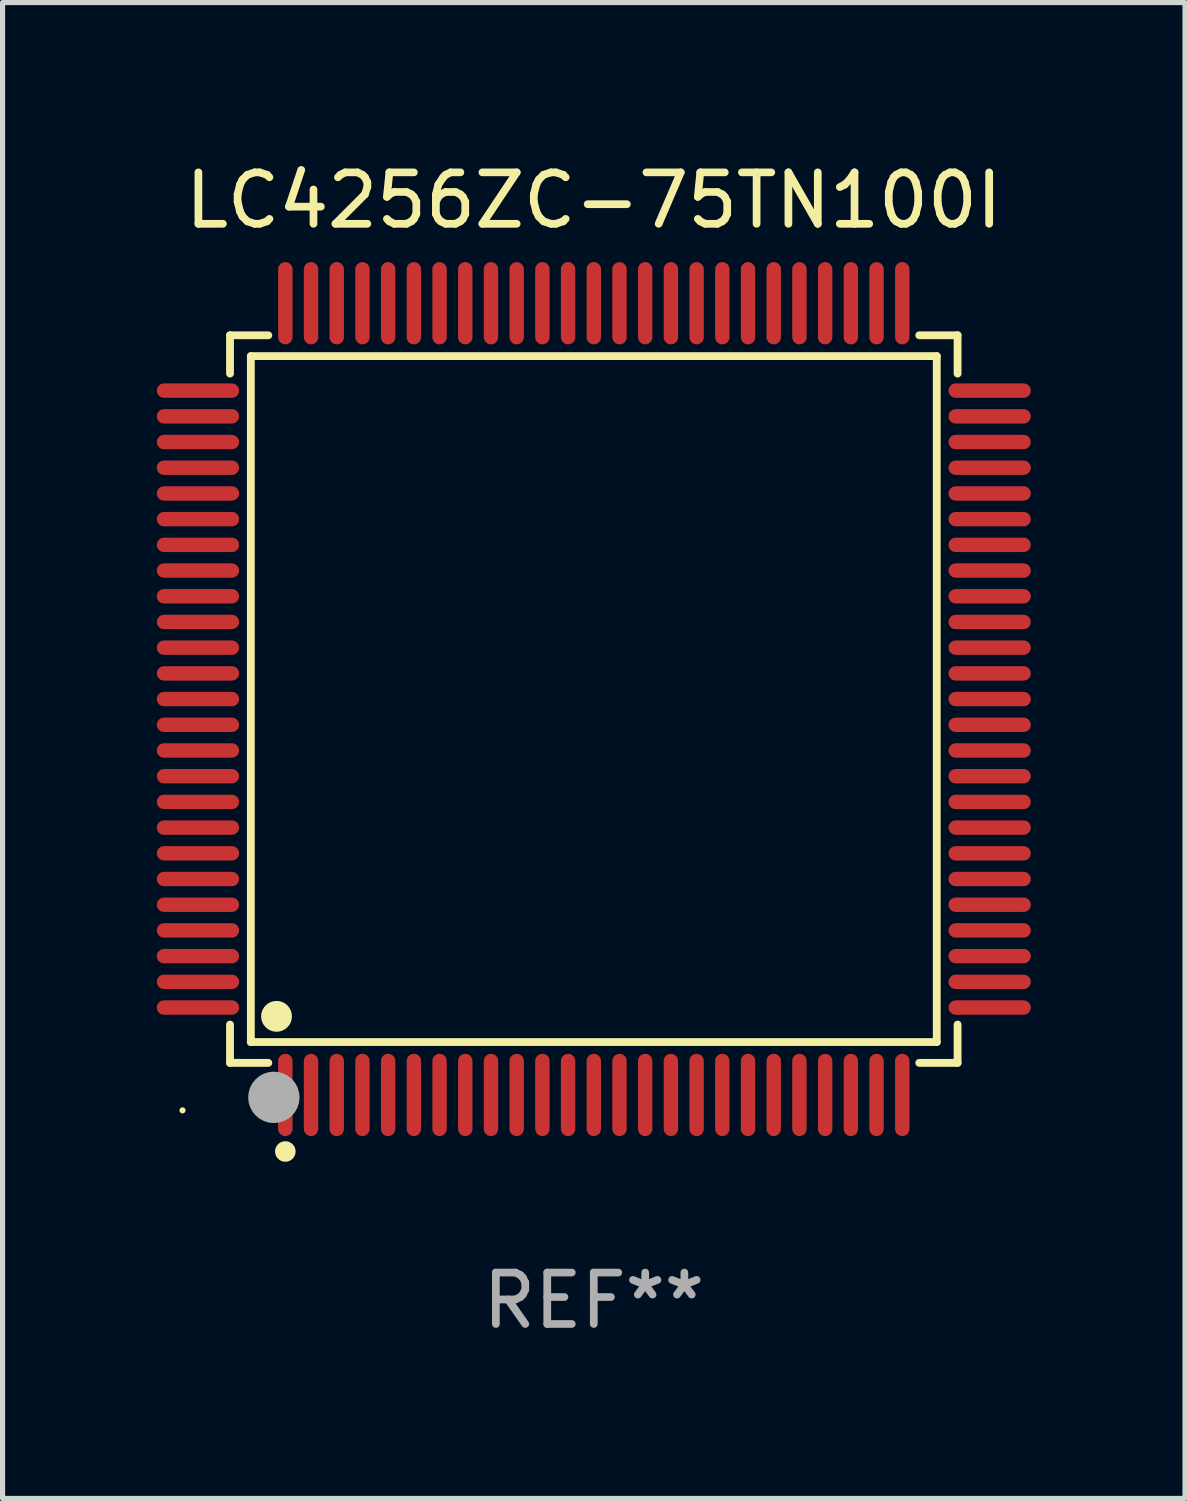
<source format=kicad_pcb>
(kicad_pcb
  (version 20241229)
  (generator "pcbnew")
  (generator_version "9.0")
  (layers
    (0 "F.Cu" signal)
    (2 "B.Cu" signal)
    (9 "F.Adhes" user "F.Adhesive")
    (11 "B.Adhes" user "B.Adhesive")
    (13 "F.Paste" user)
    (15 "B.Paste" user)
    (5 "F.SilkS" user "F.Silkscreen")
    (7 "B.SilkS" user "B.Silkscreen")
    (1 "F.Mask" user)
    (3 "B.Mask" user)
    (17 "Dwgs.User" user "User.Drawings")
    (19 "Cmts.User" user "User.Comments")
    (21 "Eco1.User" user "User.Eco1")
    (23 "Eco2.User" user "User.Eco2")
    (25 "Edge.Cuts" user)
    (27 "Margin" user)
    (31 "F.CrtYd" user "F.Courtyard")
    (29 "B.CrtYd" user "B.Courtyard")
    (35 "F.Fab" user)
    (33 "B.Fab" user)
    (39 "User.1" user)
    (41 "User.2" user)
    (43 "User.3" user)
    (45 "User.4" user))
  (footprint "LC4256ZC-75TN100I"
    (layer "F.Cu")
    (at 8.5 10.548)
    (property "Reference" "LC4256ZC-75TN100I" (at 0 -9.7 0) (layer "F.SilkS") (effects (font (size 1 1) (thickness 0.15))))
    (attr through_hole)
    (fp_line (start -7.076 -7.076) (end -6.331 -7.076) (stroke (width 0.152) (type solid)) (layer "F.SilkS"))
    (fp_line (start -7.076 -6.331) (end -7.076 -7.076) (stroke (width 0.152) (type solid)) (layer "F.SilkS"))
    (fp_line (start -7.076 6.331) (end -7.076 7.076) (stroke (width 0.152) (type solid)) (layer "F.SilkS"))
    (fp_line (start -7.076 7.076) (end -6.331 7.076) (stroke (width 0.152) (type solid)) (layer "F.SilkS"))
    (fp_line (start -6.671 -6.671) (end 6.671 -6.671) (stroke (width 0.152) (type solid)) (layer "F.SilkS"))
    (fp_line (start -6.671 6.671) (end -6.671 -6.671) (stroke (width 0.152) (type solid)) (layer "F.SilkS"))
    (fp_line (start 6.671 -6.671) (end 6.671 6.671) (stroke (width 0.152) (type solid)) (layer "F.SilkS"))
    (fp_line (start 6.671 6.671) (end -6.671 6.671) (stroke (width 0.152) (type solid)) (layer "F.SilkS"))
    (fp_line (start 7.076 -7.076) (end 6.331 -7.076) (stroke (width 0.152) (type solid)) (layer "F.SilkS"))
    (fp_line (start 7.076 -6.331) (end 7.076 -7.076) (stroke (width 0.152) (type solid)) (layer "F.SilkS"))
    (fp_line (start 7.076 6.331) (end 7.076 7.076) (stroke (width 0.152) (type solid)) (layer "F.SilkS"))
    (fp_line (start 7.076 7.076) (end 6.331 7.076) (stroke (width 0.152) (type solid)) (layer "F.SilkS"))
    (fp_circle (center -8 8) (end -7.97 8) (stroke (width 0.06) (type solid)) (fill no) (layer "F.SilkS"))
    (fp_circle (center -6.171 6.171) (end -6.021 6.171) (stroke (width 0.3) (type solid)) (fill no) (layer "F.SilkS"))
    (fp_circle (center -6 8.8) (end -5.9 8.8) (stroke (width 0.2) (type solid)) (fill no) (layer "F.SilkS"))
    (fp_circle (center -6.223 7.747) (end -5.973 7.747) (stroke (width 0.5) (type solid)) (fill no) (layer "F.Fab"))
    (fp_text user "REF**" (at 0 11.7 0) (layer "F.Fab") (effects (font (size 1 1) (thickness 0.15))))
    (pad "1" smd oval (at -6 7.7) (size 0.28 1.6) (layers "F.Cu" "F.Mask" "F.Paste"))
    (pad "2" smd oval (at -5.5 7.7) (size 0.28 1.6) (layers "F.Cu" "F.Mask" "F.Paste"))
    (pad "3" smd oval (at -5 7.7) (size 0.28 1.6) (layers "F.Cu" "F.Mask" "F.Paste"))
    (pad "4" smd oval (at -4.5 7.7) (size 0.28 1.6) (layers "F.Cu" "F.Mask" "F.Paste"))
    (pad "5" smd oval (at -4 7.7) (size 0.28 1.6) (layers "F.Cu" "F.Mask" "F.Paste"))
    (pad "6" smd oval (at -3.5 7.7) (size 0.28 1.6) (layers "F.Cu" "F.Mask" "F.Paste"))
    (pad "7" smd oval (at -3 7.7) (size 0.28 1.6) (layers "F.Cu" "F.Mask" "F.Paste"))
    (pad "8" smd oval (at -2.5 7.7) (size 0.28 1.6) (layers "F.Cu" "F.Mask" "F.Paste"))
    (pad "9" smd oval (at -2 7.7) (size 0.28 1.6) (layers "F.Cu" "F.Mask" "F.Paste"))
    (pad "10" smd oval (at -1.5 7.7) (size 0.28 1.6) (layers "F.Cu" "F.Mask" "F.Paste"))
    (pad "11" smd oval (at -1 7.7) (size 0.28 1.6) (layers "F.Cu" "F.Mask" "F.Paste"))
    (pad "12" smd oval (at -0.5 7.7) (size 0.28 1.6) (layers "F.Cu" "F.Mask" "F.Paste"))
    (pad "13" smd oval (at 0 7.7) (size 0.28 1.6) (layers "F.Cu" "F.Mask" "F.Paste"))
    (pad "14" smd oval (at 0.5 7.7) (size 0.28 1.6) (layers "F.Cu" "F.Mask" "F.Paste"))
    (pad "15" smd oval (at 1 7.7) (size 0.28 1.6) (layers "F.Cu" "F.Mask" "F.Paste"))
    (pad "16" smd oval (at 1.5 7.7) (size 0.28 1.6) (layers "F.Cu" "F.Mask" "F.Paste"))
    (pad "17" smd oval (at 2 7.7) (size 0.28 1.6) (layers "F.Cu" "F.Mask" "F.Paste"))
    (pad "18" smd oval (at 2.5 7.7) (size 0.28 1.6) (layers "F.Cu" "F.Mask" "F.Paste"))
    (pad "19" smd oval (at 3 7.7) (size 0.28 1.6) (layers "F.Cu" "F.Mask" "F.Paste"))
    (pad "20" smd oval (at 3.5 7.7) (size 0.28 1.6) (layers "F.Cu" "F.Mask" "F.Paste"))
    (pad "21" smd oval (at 4 7.7) (size 0.28 1.6) (layers "F.Cu" "F.Mask" "F.Paste"))
    (pad "22" smd oval (at 4.5 7.7) (size 0.28 1.6) (layers "F.Cu" "F.Mask" "F.Paste"))
    (pad "23" smd oval (at 5 7.7) (size 0.28 1.6) (layers "F.Cu" "F.Mask" "F.Paste"))
    (pad "24" smd oval (at 5.5 7.7) (size 0.28 1.6) (layers "F.Cu" "F.Mask" "F.Paste"))
    (pad "25" smd oval (at 6 7.7) (size 0.28 1.6) (layers "F.Cu" "F.Mask" "F.Paste"))
    (pad "26" smd oval (at 7.7 6) (size 1.6 0.28) (layers "F.Cu" "F.Mask" "F.Paste"))
    (pad "27" smd oval (at 7.7 5.5) (size 1.6 0.28) (layers "F.Cu" "F.Mask" "F.Paste"))
    (pad "28" smd oval (at 7.7 5) (size 1.6 0.28) (layers "F.Cu" "F.Mask" "F.Paste"))
    (pad "29" smd oval (at 7.7 4.5) (size 1.6 0.28) (layers "F.Cu" "F.Mask" "F.Paste"))
    (pad "30" smd oval (at 7.7 4) (size 1.6 0.28) (layers "F.Cu" "F.Mask" "F.Paste"))
    (pad "31" smd oval (at 7.7 3.5) (size 1.6 0.28) (layers "F.Cu" "F.Mask" "F.Paste"))
    (pad "32" smd oval (at 7.7 3) (size 1.6 0.28) (layers "F.Cu" "F.Mask" "F.Paste"))
    (pad "33" smd oval (at 7.7 2.5) (size 1.6 0.28) (layers "F.Cu" "F.Mask" "F.Paste"))
    (pad "34" smd oval (at 7.7 2) (size 1.6 0.28) (layers "F.Cu" "F.Mask" "F.Paste"))
    (pad "35" smd oval (at 7.7 1.5) (size 1.6 0.28) (layers "F.Cu" "F.Mask" "F.Paste"))
    (pad "36" smd oval (at 7.7 1) (size 1.6 0.28) (layers "F.Cu" "F.Mask" "F.Paste"))
    (pad "37" smd oval (at 7.7 0.5) (size 1.6 0.28) (layers "F.Cu" "F.Mask" "F.Paste"))
    (pad "38" smd oval (at 7.7 0) (size 1.6 0.28) (layers "F.Cu" "F.Mask" "F.Paste"))
    (pad "39" smd oval (at 7.7 -0.5) (size 1.6 0.28) (layers "F.Cu" "F.Mask" "F.Paste"))
    (pad "40" smd oval (at 7.7 -1) (size 1.6 0.28) (layers "F.Cu" "F.Mask" "F.Paste"))
    (pad "41" smd oval (at 7.7 -1.5) (size 1.6 0.28) (layers "F.Cu" "F.Mask" "F.Paste"))
    (pad "42" smd oval (at 7.7 -2) (size 1.6 0.28) (layers "F.Cu" "F.Mask" "F.Paste"))
    (pad "43" smd oval (at 7.7 -2.5) (size 1.6 0.28) (layers "F.Cu" "F.Mask" "F.Paste"))
    (pad "44" smd oval (at 7.7 -3) (size 1.6 0.28) (layers "F.Cu" "F.Mask" "F.Paste"))
    (pad "45" smd oval (at 7.7 -3.5) (size 1.6 0.28) (layers "F.Cu" "F.Mask" "F.Paste"))
    (pad "46" smd oval (at 7.7 -4) (size 1.6 0.28) (layers "F.Cu" "F.Mask" "F.Paste"))
    (pad "47" smd oval (at 7.7 -4.5) (size 1.6 0.28) (layers "F.Cu" "F.Mask" "F.Paste"))
    (pad "48" smd oval (at 7.7 -5) (size 1.6 0.28) (layers "F.Cu" "F.Mask" "F.Paste"))
    (pad "49" smd oval (at 7.7 -5.5) (size 1.6 0.28) (layers "F.Cu" "F.Mask" "F.Paste"))
    (pad "50" smd oval (at 7.7 -6) (size 1.6 0.28) (layers "F.Cu" "F.Mask" "F.Paste"))
    (pad "51" smd oval (at 6 -7.7) (size 0.28 1.6) (layers "F.Cu" "F.Mask" "F.Paste"))
    (pad "52" smd oval (at 5.5 -7.7) (size 0.28 1.6) (layers "F.Cu" "F.Mask" "F.Paste"))
    (pad "53" smd oval (at 5 -7.7) (size 0.28 1.6) (layers "F.Cu" "F.Mask" "F.Paste"))
    (pad "54" smd oval (at 4.5 -7.7) (size 0.28 1.6) (layers "F.Cu" "F.Mask" "F.Paste"))
    (pad "55" smd oval (at 4 -7.7) (size 0.28 1.6) (layers "F.Cu" "F.Mask" "F.Paste"))
    (pad "56" smd oval (at 3.5 -7.7) (size 0.28 1.6) (layers "F.Cu" "F.Mask" "F.Paste"))
    (pad "57" smd oval (at 3 -7.7) (size 0.28 1.6) (layers "F.Cu" "F.Mask" "F.Paste"))
    (pad "58" smd oval (at 2.5 -7.7) (size 0.28 1.6) (layers "F.Cu" "F.Mask" "F.Paste"))
    (pad "59" smd oval (at 2 -7.7) (size 0.28 1.6) (layers "F.Cu" "F.Mask" "F.Paste"))
    (pad "60" smd oval (at 1.5 -7.7) (size 0.28 1.6) (layers "F.Cu" "F.Mask" "F.Paste"))
    (pad "61" smd oval (at 1 -7.7) (size 0.28 1.6) (layers "F.Cu" "F.Mask" "F.Paste"))
    (pad "62" smd oval (at 0.5 -7.7) (size 0.28 1.6) (layers "F.Cu" "F.Mask" "F.Paste"))
    (pad "63" smd oval (at 0 -7.7) (size 0.28 1.6) (layers "F.Cu" "F.Mask" "F.Paste"))
    (pad "64" smd oval (at -0.5 -7.7) (size 0.28 1.6) (layers "F.Cu" "F.Mask" "F.Paste"))
    (pad "65" smd oval (at -1 -7.7) (size 0.28 1.6) (layers "F.Cu" "F.Mask" "F.Paste"))
    (pad "66" smd oval (at -1.5 -7.7) (size 0.28 1.6) (layers "F.Cu" "F.Mask" "F.Paste"))
    (pad "67" smd oval (at -2 -7.7) (size 0.28 1.6) (layers "F.Cu" "F.Mask" "F.Paste"))
    (pad "68" smd oval (at -2.5 -7.7) (size 0.28 1.6) (layers "F.Cu" "F.Mask" "F.Paste"))
    (pad "69" smd oval (at -3 -7.7) (size 0.28 1.6) (layers "F.Cu" "F.Mask" "F.Paste"))
    (pad "70" smd oval (at -3.5 -7.7) (size 0.28 1.6) (layers "F.Cu" "F.Mask" "F.Paste"))
    (pad "71" smd oval (at -4 -7.7) (size 0.28 1.6) (layers "F.Cu" "F.Mask" "F.Paste"))
    (pad "72" smd oval (at -4.5 -7.7) (size 0.28 1.6) (layers "F.Cu" "F.Mask" "F.Paste"))
    (pad "73" smd oval (at -5 -7.7) (size 0.28 1.6) (layers "F.Cu" "F.Mask" "F.Paste"))
    (pad "74" smd oval (at -5.5 -7.7) (size 0.28 1.6) (layers "F.Cu" "F.Mask" "F.Paste"))
    (pad "75" smd oval (at -6 -7.7) (size 0.28 1.6) (layers "F.Cu" "F.Mask" "F.Paste"))
    (pad "76" smd oval (at -7.7 -6) (size 1.6 0.28) (layers "F.Cu" "F.Mask" "F.Paste"))
    (pad "77" smd oval (at -7.7 -5.5) (size 1.6 0.28) (layers "F.Cu" "F.Mask" "F.Paste"))
    (pad "78" smd oval (at -7.7 -5) (size 1.6 0.28) (layers "F.Cu" "F.Mask" "F.Paste"))
    (pad "79" smd oval (at -7.7 -4.5) (size 1.6 0.28) (layers "F.Cu" "F.Mask" "F.Paste"))
    (pad "80" smd oval (at -7.7 -4) (size 1.6 0.28) (layers "F.Cu" "F.Mask" "F.Paste"))
    (pad "81" smd oval (at -7.7 -3.5) (size 1.6 0.28) (layers "F.Cu" "F.Mask" "F.Paste"))
    (pad "82" smd oval (at -7.7 -3) (size 1.6 0.28) (layers "F.Cu" "F.Mask" "F.Paste"))
    (pad "83" smd oval (at -7.7 -2.5) (size 1.6 0.28) (layers "F.Cu" "F.Mask" "F.Paste"))
    (pad "84" smd oval (at -7.7 -2) (size 1.6 0.28) (layers "F.Cu" "F.Mask" "F.Paste"))
    (pad "85" smd oval (at -7.7 -1.5) (size 1.6 0.28) (layers "F.Cu" "F.Mask" "F.Paste"))
    (pad "86" smd oval (at -7.7 -1) (size 1.6 0.28) (layers "F.Cu" "F.Mask" "F.Paste"))
    (pad "87" smd oval (at -7.7 -0.5) (size 1.6 0.28) (layers "F.Cu" "F.Mask" "F.Paste"))
    (pad "88" smd oval (at -7.7 0) (size 1.6 0.28) (layers "F.Cu" "F.Mask" "F.Paste"))
    (pad "89" smd oval (at -7.7 0.5) (size 1.6 0.28) (layers "F.Cu" "F.Mask" "F.Paste"))
    (pad "90" smd oval (at -7.7 1) (size 1.6 0.28) (layers "F.Cu" "F.Mask" "F.Paste"))
    (pad "91" smd oval (at -7.7 1.5) (size 1.6 0.28) (layers "F.Cu" "F.Mask" "F.Paste"))
    (pad "92" smd oval (at -7.7 2) (size 1.6 0.28) (layers "F.Cu" "F.Mask" "F.Paste"))
    (pad "93" smd oval (at -7.7 2.5) (size 1.6 0.28) (layers "F.Cu" "F.Mask" "F.Paste"))
    (pad "94" smd oval (at -7.7 3) (size 1.6 0.28) (layers "F.Cu" "F.Mask" "F.Paste"))
    (pad "95" smd oval (at -7.7 3.5) (size 1.6 0.28) (layers "F.Cu" "F.Mask" "F.Paste"))
    (pad "96" smd oval (at -7.7 4) (size 1.6 0.28) (layers "F.Cu" "F.Mask" "F.Paste"))
    (pad "97" smd oval (at -7.7 4.5) (size 1.6 0.28) (layers "F.Cu" "F.Mask" "F.Paste"))
    (pad "98" smd oval (at -7.7 5) (size 1.6 0.28) (layers "F.Cu" "F.Mask" "F.Paste"))
    (pad "99" smd oval (at -7.7 5.5) (size 1.6 0.28) (layers "F.Cu" "F.Mask" "F.Paste"))
    (pad "100" smd oval (at -7.7 6) (size 1.6 0.28) (layers "F.Cu" "F.Mask" "F.Paste")))
  (gr_rect
    (start -3 -3)
    (end 20 26.097)
    (stroke (width 0.1) (type default))
    (fill no)
    (layer "Edge.Cuts")))
</source>
